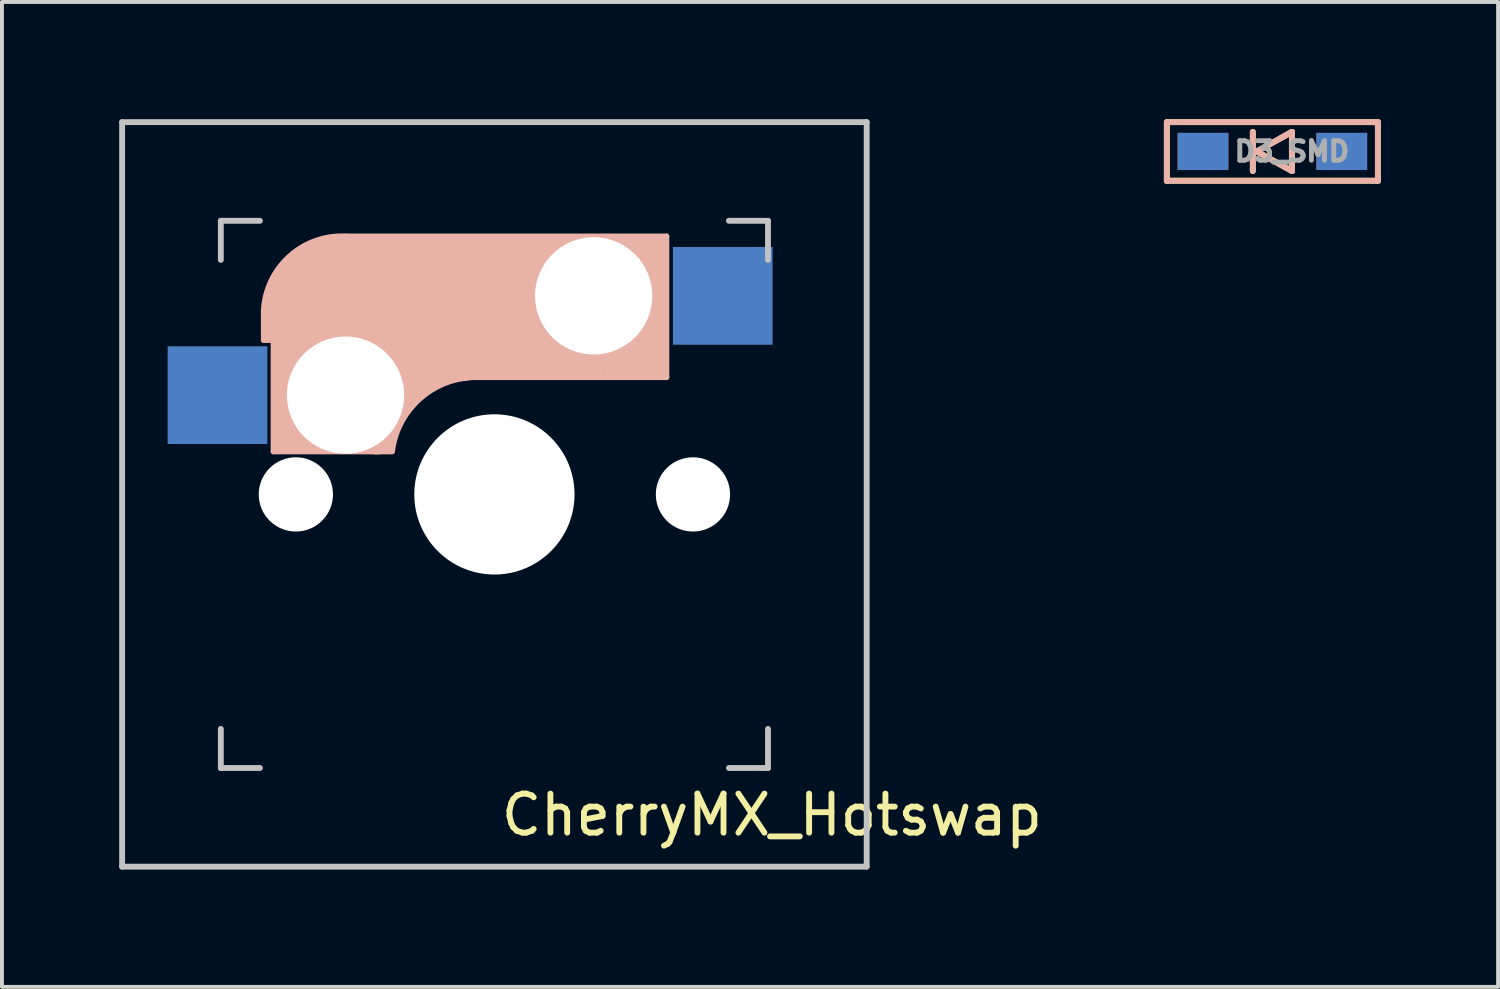
<source format=kicad_pcb>
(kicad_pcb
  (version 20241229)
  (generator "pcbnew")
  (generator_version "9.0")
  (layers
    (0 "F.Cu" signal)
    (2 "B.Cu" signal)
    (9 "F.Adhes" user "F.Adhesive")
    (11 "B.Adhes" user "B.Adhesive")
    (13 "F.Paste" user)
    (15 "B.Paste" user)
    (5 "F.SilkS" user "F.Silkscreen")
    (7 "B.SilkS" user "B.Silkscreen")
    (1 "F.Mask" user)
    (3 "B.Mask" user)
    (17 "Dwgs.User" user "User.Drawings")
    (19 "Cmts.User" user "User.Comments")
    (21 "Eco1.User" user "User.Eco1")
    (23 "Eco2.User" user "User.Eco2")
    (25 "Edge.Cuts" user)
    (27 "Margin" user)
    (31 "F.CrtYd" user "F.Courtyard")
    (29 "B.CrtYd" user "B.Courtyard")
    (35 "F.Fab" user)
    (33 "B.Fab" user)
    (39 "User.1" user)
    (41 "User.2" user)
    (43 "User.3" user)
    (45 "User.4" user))
  (footprint "D3_SMD"
    (layer "F.Cu")
    (at 29.505 0.825)
    (property "Reference" "D3_SMD" (at 0.5 0 0) (layer "F.Fab") (effects (font (size 0.5 0.5) (thickness 0.125))))
    (attr through_hole)
    (fp_line (start -2.7 -0.75) (end -2.7 0.75) (stroke (width 0.15) (type solid)) (layer "F.SilkS"))
    (fp_line (start -2.7 0.75) (end 2.7 0.75) (stroke (width 0.15) (type solid)) (layer "F.SilkS"))
    (fp_line (start -0.5 -0.5) (end -0.5 0.5) (stroke (width 0.15) (type solid)) (layer "F.SilkS"))
    (fp_line (start -0.4 0) (end 0.5 -0.5) (stroke (width 0.15) (type solid)) (layer "F.SilkS"))
    (fp_line (start 0.5 -0.5) (end 0.5 0.5) (stroke (width 0.15) (type solid)) (layer "F.SilkS"))
    (fp_line (start 0.5 0.5) (end -0.4 0) (stroke (width 0.15) (type solid)) (layer "F.SilkS"))
    (fp_line (start 2.7 -0.75) (end -2.7 -0.75) (stroke (width 0.15) (type solid)) (layer "F.SilkS"))
    (fp_line (start 2.7 -0.75) (end 2.7 0.75) (stroke (width 0.15) (type solid)) (layer "F.SilkS"))
    (fp_line (start -2.7 -0.75) (end -2.7 0.75) (stroke (width 0.15) (type solid)) (layer "B.SilkS"))
    (fp_line (start -2.7 0.75) (end 2.7 0.75) (stroke (width 0.15) (type solid)) (layer "B.SilkS"))
    (fp_line (start -0.5 -0.5) (end -0.5 0.5) (stroke (width 0.15) (type solid)) (layer "B.SilkS"))
    (fp_line (start -0.4 0) (end 0.5 -0.5) (stroke (width 0.15) (type solid)) (layer "B.SilkS"))
    (fp_line (start 0.5 -0.5) (end 0.5 0.5) (stroke (width 0.15) (type solid)) (layer "B.SilkS"))
    (fp_line (start 0.5 0.5) (end -0.4 0) (stroke (width 0.15) (type solid)) (layer "B.SilkS"))
    (fp_line (start 2.7 -0.75) (end -2.7 -0.75) (stroke (width 0.15) (type solid)) (layer "B.SilkS"))
    (fp_line (start 2.7 0.75) (end 2.7 -0.75) (stroke (width 0.15) (type solid)) (layer "B.SilkS"))
    (pad "1" smd rect (at -1.775 0) (size 1.3 0.95) (layers "F.Cu" "F.Mask" "F.Paste"))
    (pad "1" smd rect (at -1.775 0) (size 1.3 0.95) (layers "B.Cu" "B.Mask" "B.Paste"))
    (pad "2" smd rect (at 1.775 0) (size 1.3 0.95) (layers "F.Cu" "F.Mask" "F.Paste"))
    (pad "2" smd rect (at 1.775 0) (size 1.3 0.95) (layers "B.Cu" "B.Mask" "B.Paste")))
  (footprint "CherryMX_Hotswap"
    (layer "F.Cu")
    (at 9.6 9.6)
    (property "Reference" "CherryMX_Hotswap" (at 7.1 8.2 0) (layer "F.SilkS") (effects (font (size 1 1) (thickness 0.15))))
    (attr through_hole)
    (fp_line (start -5.9 -4.7) (end -5.9 -3.95) (stroke (width 0.15) (type solid)) (layer "B.SilkS"))
    (fp_line (start -5.9 -3.95) (end -5.7 -3.95) (stroke (width 0.15) (type solid)) (layer "B.SilkS"))
    (fp_line (start -5.8 -4.05) (end -5.8 -4.7) (stroke (width 0.3) (type solid)) (layer "B.SilkS"))
    (fp_line (start -5.65 -5.55) (end -5.65 -1.1) (stroke (width 0.15) (type solid)) (layer "B.SilkS"))
    (fp_line (start -5.65 -1.1) (end -2.62 -1.1) (stroke (width 0.15) (type solid)) (layer "B.SilkS"))
    (fp_line (start -5.45 -1.3) (end -3 -1.3) (stroke (width 0.5) (type solid)) (layer "B.SilkS"))
    (fp_line (start -5.3 -1.6) (end -5.3 -3.4) (stroke (width 0.8) (type solid)) (layer "B.SilkS"))
    (fp_line (start -4.17 -5.1) (end -4.17 -2.86) (stroke (width 3) (type solid)) (layer "B.SilkS"))
    (fp_line (start -0.4 -3) (end 4.4 -3) (stroke (width 0.15) (type solid)) (layer "B.SilkS"))
    (fp_line (start 2.6 -4.8) (end -4.1 -4.8) (stroke (width 3.5) (type solid)) (layer "B.SilkS"))
    (fp_line (start 3.9 -6) (end 3.9 -3.5) (stroke (width 1) (type solid)) (layer "B.SilkS"))
    (fp_line (start 4.2 -3.25) (end 2.9 -3.3) (stroke (width 0.5) (type solid)) (layer "B.SilkS"))
    (fp_line (start 4.25 -6.4) (end 3 -6.4) (stroke (width 0.4) (type solid)) (layer "B.SilkS"))
    (fp_line (start 4.38 -4) (end 4.38 -6.25) (stroke (width 0.15) (type solid)) (layer "B.SilkS"))
    (fp_line (start 4.4 -6.6) (end -3.8 -6.6) (stroke (width 0.15) (type solid)) (layer "B.SilkS"))
    (fp_line (start 4.4 -3) (end 4.4 -6.6) (stroke (width 0.15) (type solid)) (layer "B.SilkS"))
    (fp_arc (start -5.9 -4.699999) (mid -5.243504 -6.084924) (end -3.800001 -6.6) (stroke (width 0.15) (type solid)) (layer "B.SilkS"))
    (fp_arc (start -3.016318 -1.521471) (mid -2.268709 -2.886118) (end -0.8 -3.4) (stroke (width 1) (type solid)) (layer "B.SilkS"))
    (fp_arc (start -2.616318 -1.121471) (mid -1.868709 -2.486118) (end -0.4 -3) (stroke (width 0.15) (type solid)) (layer "B.SilkS"))
    (fp_line (start -9.525 -9.525) (end 9.525 -9.525) (stroke (width 0.15) (type solid)) (layer "Dwgs.User"))
    (fp_line (start -9.525 9.525) (end -9.525 -9.525) (stroke (width 0.15) (type solid)) (layer "Dwgs.User"))
    (fp_line (start -7 -7) (end -6 -7) (stroke (width 0.15) (type solid)) (layer "Dwgs.User"))
    (fp_line (start -7 -6) (end -7 -7) (stroke (width 0.15) (type solid)) (layer "Dwgs.User"))
    (fp_line (start -7 6) (end -7 7) (stroke (width 0.15) (type solid)) (layer "Dwgs.User"))
    (fp_line (start -7 7) (end -6 7) (stroke (width 0.15) (type solid)) (layer "Dwgs.User"))
    (fp_line (start 6 7) (end 7 7) (stroke (width 0.15) (type solid)) (layer "Dwgs.User"))
    (fp_line (start 7 -7) (end 6 -7) (stroke (width 0.15) (type solid)) (layer "Dwgs.User"))
    (fp_line (start 7 -7) (end 7 -6) (stroke (width 0.15) (type solid)) (layer "Dwgs.User"))
    (fp_line (start 7 7) (end 7 6) (stroke (width 0.15) (type solid)) (layer "Dwgs.User"))
    (fp_line (start 9.525 -9.525) (end 9.525 9.525) (stroke (width 0.15) (type solid)) (layer "Dwgs.User"))
    (fp_line (start 9.525 9.525) (end -9.525 9.525) (stroke (width 0.15) (type solid)) (layer "Dwgs.User"))
    (pad "" np_thru_hole circle (at -5.08 0) (size 1.9 1.9) (drill 1.9) (layers "*.Cu" "*.Mask"))
    (pad "" np_thru_hole circle (at -3.81 -2.54) (size 3 3) (drill 3) (layers "*.Cu" "*.Mask"))
    (pad "" np_thru_hole circle (at 0 0 90) (size 4.1 4.1) (drill 4.1) (layers "*.Cu" "*.Mask"))
    (pad "" np_thru_hole circle (at 2.54 -5.08) (size 3 3) (drill 3) (layers "*.Cu" "*.Mask"))
    (pad "" np_thru_hole circle (at 5.08 0) (size 1.9 1.9) (drill 1.9) (layers "*.Cu" "*.Mask"))
    (pad "1" smd rect (at -7.085 -2.54 180) (size 2.55 2.5) (layers "B.Cu" "B.Mask" "B.Paste"))
    (pad "2" smd rect (at 5.842 -5.08 180) (size 2.55 2.5) (layers "B.Cu" "B.Mask" "B.Paste")))
  (gr_rect
    (start -3 -3)
    (end 35.28 22.2)
    (stroke (width 0.1) (type default))
    (fill no)
    (layer "Edge.Cuts")))
</source>
